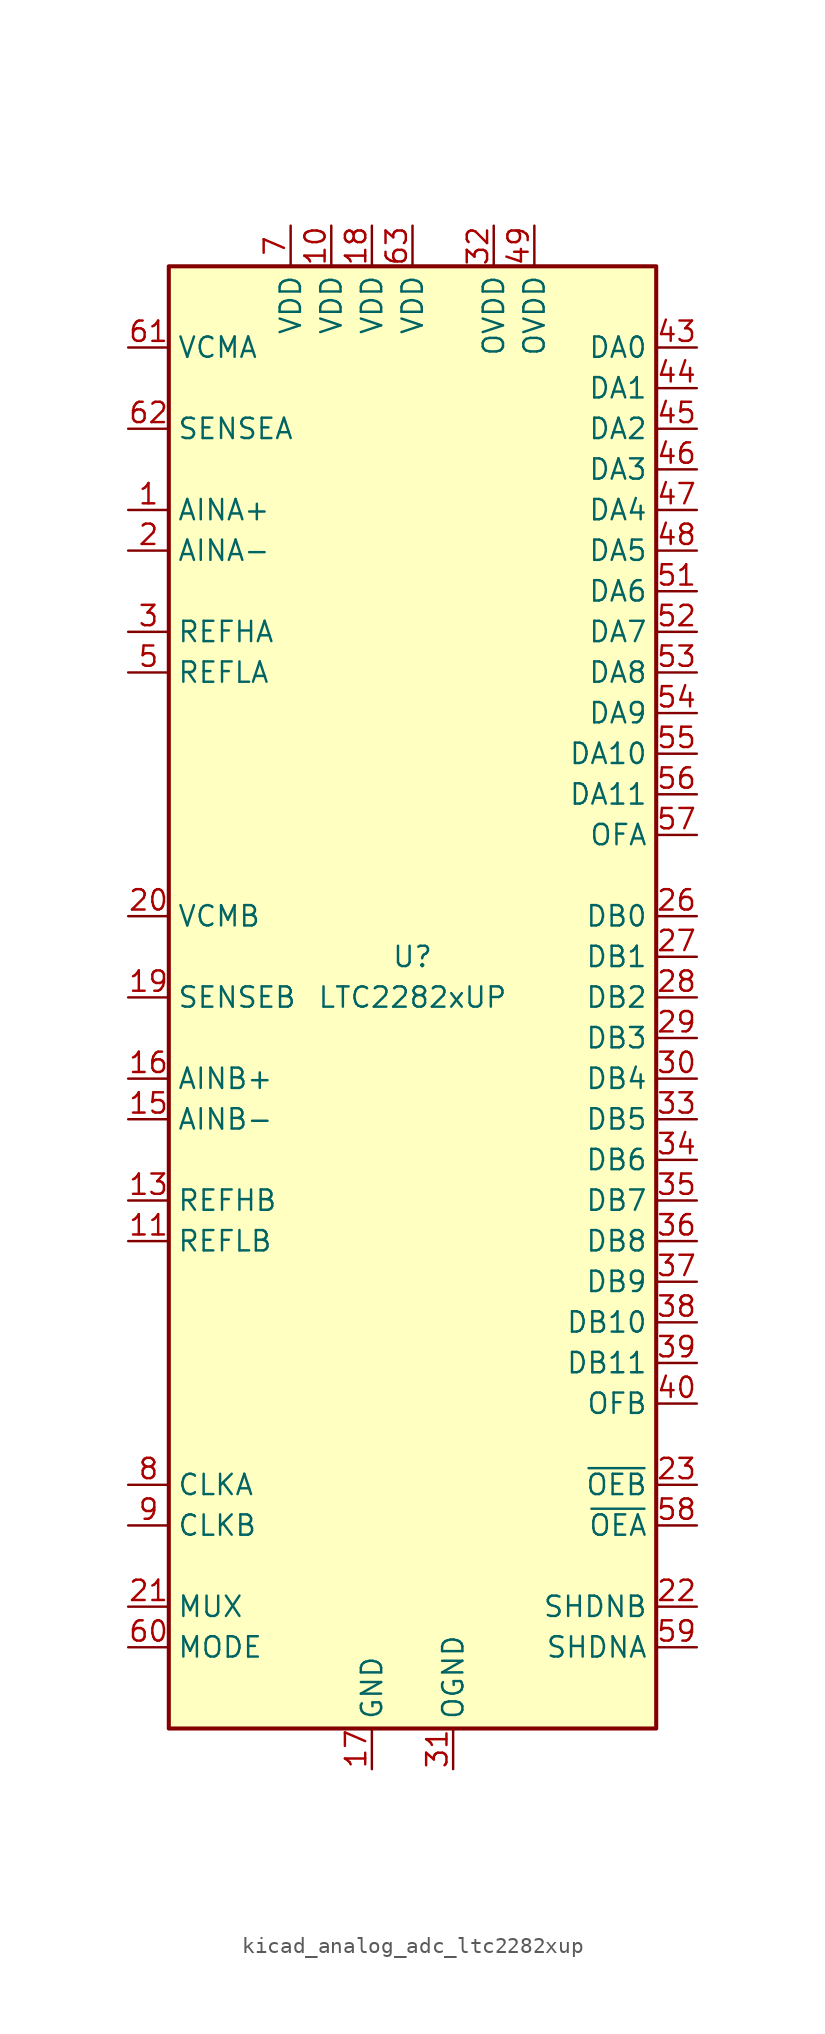
<source format=kicad_sym>
(kicad_symbol_lib
  (version 20220914)
  (generator kicad_symbol_editor)
  (symbol "kicad_analog_adc_ltc2282xup"
    (property "Reference" "U"
      (at 0 2.54 0)
      (effects (font (size 1.27 1.27))))
    (property "Value" "LTC2282xUP"
      (at 0 0 0)
      (effects (font (size 1.27 1.27))))
    (symbol "kicad_analog_adc_ltc2282xup_0_1"
      (rectangle (start -15.24 45.72) (end 15.24 -45.72) (stroke (width 0.254) (type default)) (fill (type background))))
    (symbol "kicad_analog_adc_ltc2282xup_1_1"
      (pin input line (at -17.78 30.48 0) (length 2.54) (name "AINA+" (effects (font (size 1.27 1.27)))) (number "1" (effects (font (size 1.27 1.27)))))
      (pin power_in line (at -5.08 48.26 270) (length 2.54) (name "VDD" (effects (font (size 1.27 1.27)))) (number "10" (effects (font (size 1.27 1.27)))))
      (pin input line (at -17.78 -15.24 0) (length 2.54) (name "REFLB" (effects (font (size 1.27 1.27)))) (number "11" (effects (font (size 1.27 1.27)))))
      (pin input line (at -17.78 -15.24 0) (length 2.54) hide (name "REFLB" (effects (font (size 1.27 1.27)))) (number "12" (effects (font (size 1.27 1.27)))))
      (pin input line (at -17.78 -12.7 0) (length 2.54) (name "REFHB" (effects (font (size 1.27 1.27)))) (number "13" (effects (font (size 1.27 1.27)))))
      (pin input line (at -17.78 -12.7 0) (length 2.54) hide (name "REFHB" (effects (font (size 1.27 1.27)))) (number "14" (effects (font (size 1.27 1.27)))))
      (pin input line (at -17.78 -7.62 0) (length 2.54) (name "AINB-" (effects (font (size 1.27 1.27)))) (number "15" (effects (font (size 1.27 1.27)))))
      (pin input line (at -17.78 -5.08 0) (length 2.54) (name "AINB+" (effects (font (size 1.27 1.27)))) (number "16" (effects (font (size 1.27 1.27)))))
      (pin power_in line (at -2.54 -48.26 90) (length 2.54) (name "GND" (effects (font (size 1.27 1.27)))) (number "17" (effects (font (size 1.27 1.27)))))
      (pin power_in line (at -2.54 48.26 270) (length 2.54) (name "VDD" (effects (font (size 1.27 1.27)))) (number "18" (effects (font (size 1.27 1.27)))))
      (pin input line (at -17.78 0 0) (length 2.54) (name "SENSEB" (effects (font (size 1.27 1.27)))) (number "19" (effects (font (size 1.27 1.27)))))
      (pin input line (at -17.78 27.94 0) (length 2.54) (name "AINA-" (effects (font (size 1.27 1.27)))) (number "2" (effects (font (size 1.27 1.27)))))
      (pin passive line (at -17.78 5.08 0) (length 2.54) (name "VCMB" (effects (font (size 1.27 1.27)))) (number "20" (effects (font (size 1.27 1.27)))))
      (pin input line (at -17.78 -38.1 0) (length 2.54) (name "MUX" (effects (font (size 1.27 1.27)))) (number "21" (effects (font (size 1.27 1.27)))))
      (pin input line (at 17.78 -38.1 180) (length 2.54) (name "SHDNB" (effects (font (size 1.27 1.27)))) (number "22" (effects (font (size 1.27 1.27)))))
      (pin input line (at 17.78 -30.48 180) (length 2.54) (name "~{OEB}" (effects (font (size 1.27 1.27)))) (number "23" (effects (font (size 1.27 1.27)))))
      (pin no_connect line (at -15.24 -20.32 0) (length 2.54) hide (name "NC" (effects (font (size 1.27 1.27)))) (number "24" (effects (font (size 1.27 1.27)))))
      (pin no_connect line (at -15.24 -22.86 0) (length 2.54) hide (name "NC" (effects (font (size 1.27 1.27)))) (number "25" (effects (font (size 1.27 1.27)))))
      (pin output line (at 17.78 5.08 180) (length 2.54) (name "DB0" (effects (font (size 1.27 1.27)))) (number "26" (effects (font (size 1.27 1.27)))))
      (pin output line (at 17.78 2.54 180) (length 2.54) (name "DB1" (effects (font (size 1.27 1.27)))) (number "27" (effects (font (size 1.27 1.27)))))
      (pin output line (at 17.78 0 180) (length 2.54) (name "DB2" (effects (font (size 1.27 1.27)))) (number "28" (effects (font (size 1.27 1.27)))))
      (pin output line (at 17.78 -2.54 180) (length 2.54) (name "DB3" (effects (font (size 1.27 1.27)))) (number "29" (effects (font (size 1.27 1.27)))))
      (pin input line (at -17.78 22.86 0) (length 2.54) (name "REFHA" (effects (font (size 1.27 1.27)))) (number "3" (effects (font (size 1.27 1.27)))))
      (pin output line (at 17.78 -5.08 180) (length 2.54) (name "DB4" (effects (font (size 1.27 1.27)))) (number "30" (effects (font (size 1.27 1.27)))))
      (pin power_in line (at 2.54 -48.26 90) (length 2.54) (name "OGND" (effects (font (size 1.27 1.27)))) (number "31" (effects (font (size 1.27 1.27)))))
      (pin power_in line (at 5.08 48.26 270) (length 2.54) (name "OVDD" (effects (font (size 1.27 1.27)))) (number "32" (effects (font (size 1.27 1.27)))))
      (pin output line (at 17.78 -7.62 180) (length 2.54) (name "DB5" (effects (font (size 1.27 1.27)))) (number "33" (effects (font (size 1.27 1.27)))))
      (pin output line (at 17.78 -10.16 180) (length 2.54) (name "DB6" (effects (font (size 1.27 1.27)))) (number "34" (effects (font (size 1.27 1.27)))))
      (pin output line (at 17.78 -12.7 180) (length 2.54) (name "DB7" (effects (font (size 1.27 1.27)))) (number "35" (effects (font (size 1.27 1.27)))))
      (pin output line (at 17.78 -15.24 180) (length 2.54) (name "DB8" (effects (font (size 1.27 1.27)))) (number "36" (effects (font (size 1.27 1.27)))))
      (pin output line (at 17.78 -17.78 180) (length 2.54) (name "DB9" (effects (font (size 1.27 1.27)))) (number "37" (effects (font (size 1.27 1.27)))))
      (pin output line (at 17.78 -20.32 180) (length 2.54) (name "DB10" (effects (font (size 1.27 1.27)))) (number "38" (effects (font (size 1.27 1.27)))))
      (pin output line (at 17.78 -22.86 180) (length 2.54) (name "DB11" (effects (font (size 1.27 1.27)))) (number "39" (effects (font (size 1.27 1.27)))))
      (pin input line (at -17.78 22.86 0) (length 2.54) hide (name "REFHA" (effects (font (size 1.27 1.27)))) (number "4" (effects (font (size 1.27 1.27)))))
      (pin output line (at 17.78 -25.4 180) (length 2.54) (name "OFB" (effects (font (size 1.27 1.27)))) (number "40" (effects (font (size 1.27 1.27)))))
      (pin no_connect line (at -15.24 -25.4 0) (length 2.54) hide (name "NC" (effects (font (size 1.27 1.27)))) (number "41" (effects (font (size 1.27 1.27)))))
      (pin no_connect line (at -15.24 -27.94 0) (length 2.54) hide (name "NC" (effects (font (size 1.27 1.27)))) (number "42" (effects (font (size 1.27 1.27)))))
      (pin output line (at 17.78 40.64 180) (length 2.54) (name "DA0" (effects (font (size 1.27 1.27)))) (number "43" (effects (font (size 1.27 1.27)))))
      (pin output line (at 17.78 38.1 180) (length 2.54) (name "DA1" (effects (font (size 1.27 1.27)))) (number "44" (effects (font (size 1.27 1.27)))))
      (pin output line (at 17.78 35.56 180) (length 2.54) (name "DA2" (effects (font (size 1.27 1.27)))) (number "45" (effects (font (size 1.27 1.27)))))
      (pin output line (at 17.78 33.02 180) (length 2.54) (name "DA3" (effects (font (size 1.27 1.27)))) (number "46" (effects (font (size 1.27 1.27)))))
      (pin output line (at 17.78 30.48 180) (length 2.54) (name "DA4" (effects (font (size 1.27 1.27)))) (number "47" (effects (font (size 1.27 1.27)))))
      (pin output line (at 17.78 27.94 180) (length 2.54) (name "DA5" (effects (font (size 1.27 1.27)))) (number "48" (effects (font (size 1.27 1.27)))))
      (pin power_in line (at 7.62 48.26 270) (length 2.54) (name "OVDD" (effects (font (size 1.27 1.27)))) (number "49" (effects (font (size 1.27 1.27)))))
      (pin input line (at -17.78 20.32 0) (length 2.54) (name "REFLA" (effects (font (size 1.27 1.27)))) (number "5" (effects (font (size 1.27 1.27)))))
      (pin passive line (at 2.54 -48.26 90) (length 2.54) hide (name "OGND" (effects (font (size 1.27 1.27)))) (number "50" (effects (font (size 1.27 1.27)))))
      (pin output line (at 17.78 25.4 180) (length 2.54) (name "DA6" (effects (font (size 1.27 1.27)))) (number "51" (effects (font (size 1.27 1.27)))))
      (pin output line (at 17.78 22.86 180) (length 2.54) (name "DA7" (effects (font (size 1.27 1.27)))) (number "52" (effects (font (size 1.27 1.27)))))
      (pin output line (at 17.78 20.32 180) (length 2.54) (name "DA8" (effects (font (size 1.27 1.27)))) (number "53" (effects (font (size 1.27 1.27)))))
      (pin output line (at 17.78 17.78 180) (length 2.54) (name "DA9" (effects (font (size 1.27 1.27)))) (number "54" (effects (font (size 1.27 1.27)))))
      (pin output line (at 17.78 15.24 180) (length 2.54) (name "DA10" (effects (font (size 1.27 1.27)))) (number "55" (effects (font (size 1.27 1.27)))))
      (pin output line (at 17.78 12.7 180) (length 2.54) (name "DA11" (effects (font (size 1.27 1.27)))) (number "56" (effects (font (size 1.27 1.27)))))
      (pin output line (at 17.78 10.16 180) (length 2.54) (name "OFA" (effects (font (size 1.27 1.27)))) (number "57" (effects (font (size 1.27 1.27)))))
      (pin input line (at 17.78 -33.02 180) (length 2.54) (name "~{OEA}" (effects (font (size 1.27 1.27)))) (number "58" (effects (font (size 1.27 1.27)))))
      (pin input line (at 17.78 -40.64 180) (length 2.54) (name "SHDNA" (effects (font (size 1.27 1.27)))) (number "59" (effects (font (size 1.27 1.27)))))
      (pin input line (at -17.78 20.32 0) (length 2.54) hide (name "REFLA" (effects (font (size 1.27 1.27)))) (number "6" (effects (font (size 1.27 1.27)))))
      (pin input line (at -17.78 -40.64 0) (length 2.54) (name "MODE" (effects (font (size 1.27 1.27)))) (number "60" (effects (font (size 1.27 1.27)))))
      (pin passive line (at -17.78 40.64 0) (length 2.54) (name "VCMA" (effects (font (size 1.27 1.27)))) (number "61" (effects (font (size 1.27 1.27)))))
      (pin input line (at -17.78 35.56 0) (length 2.54) (name "SENSEA" (effects (font (size 1.27 1.27)))) (number "62" (effects (font (size 1.27 1.27)))))
      (pin power_in line (at 0 48.26 270) (length 2.54) (name "VDD" (effects (font (size 1.27 1.27)))) (number "63" (effects (font (size 1.27 1.27)))))
      (pin passive line (at -2.54 -48.26 90) (length 2.54) hide (name "GND" (effects (font (size 1.27 1.27)))) (number "64" (effects (font (size 1.27 1.27)))))
      (pin passive line (at -2.54 -48.26 90) (length 2.54) hide (name "GND" (effects (font (size 1.27 1.27)))) (number "65" (effects (font (size 1.27 1.27)))))
      (pin power_in line (at -7.62 48.26 270) (length 2.54) (name "VDD" (effects (font (size 1.27 1.27)))) (number "7" (effects (font (size 1.27 1.27)))))
      (pin input line (at -17.78 -30.48 0) (length 2.54) (name "CLKA" (effects (font (size 1.27 1.27)))) (number "8" (effects (font (size 1.27 1.27)))))
      (pin input line (at -17.78 -33.02 0) (length 2.54) (name "CLKB" (effects (font (size 1.27 1.27)))) (number "9" (effects (font (size 1.27 1.27))))))))
</source>
